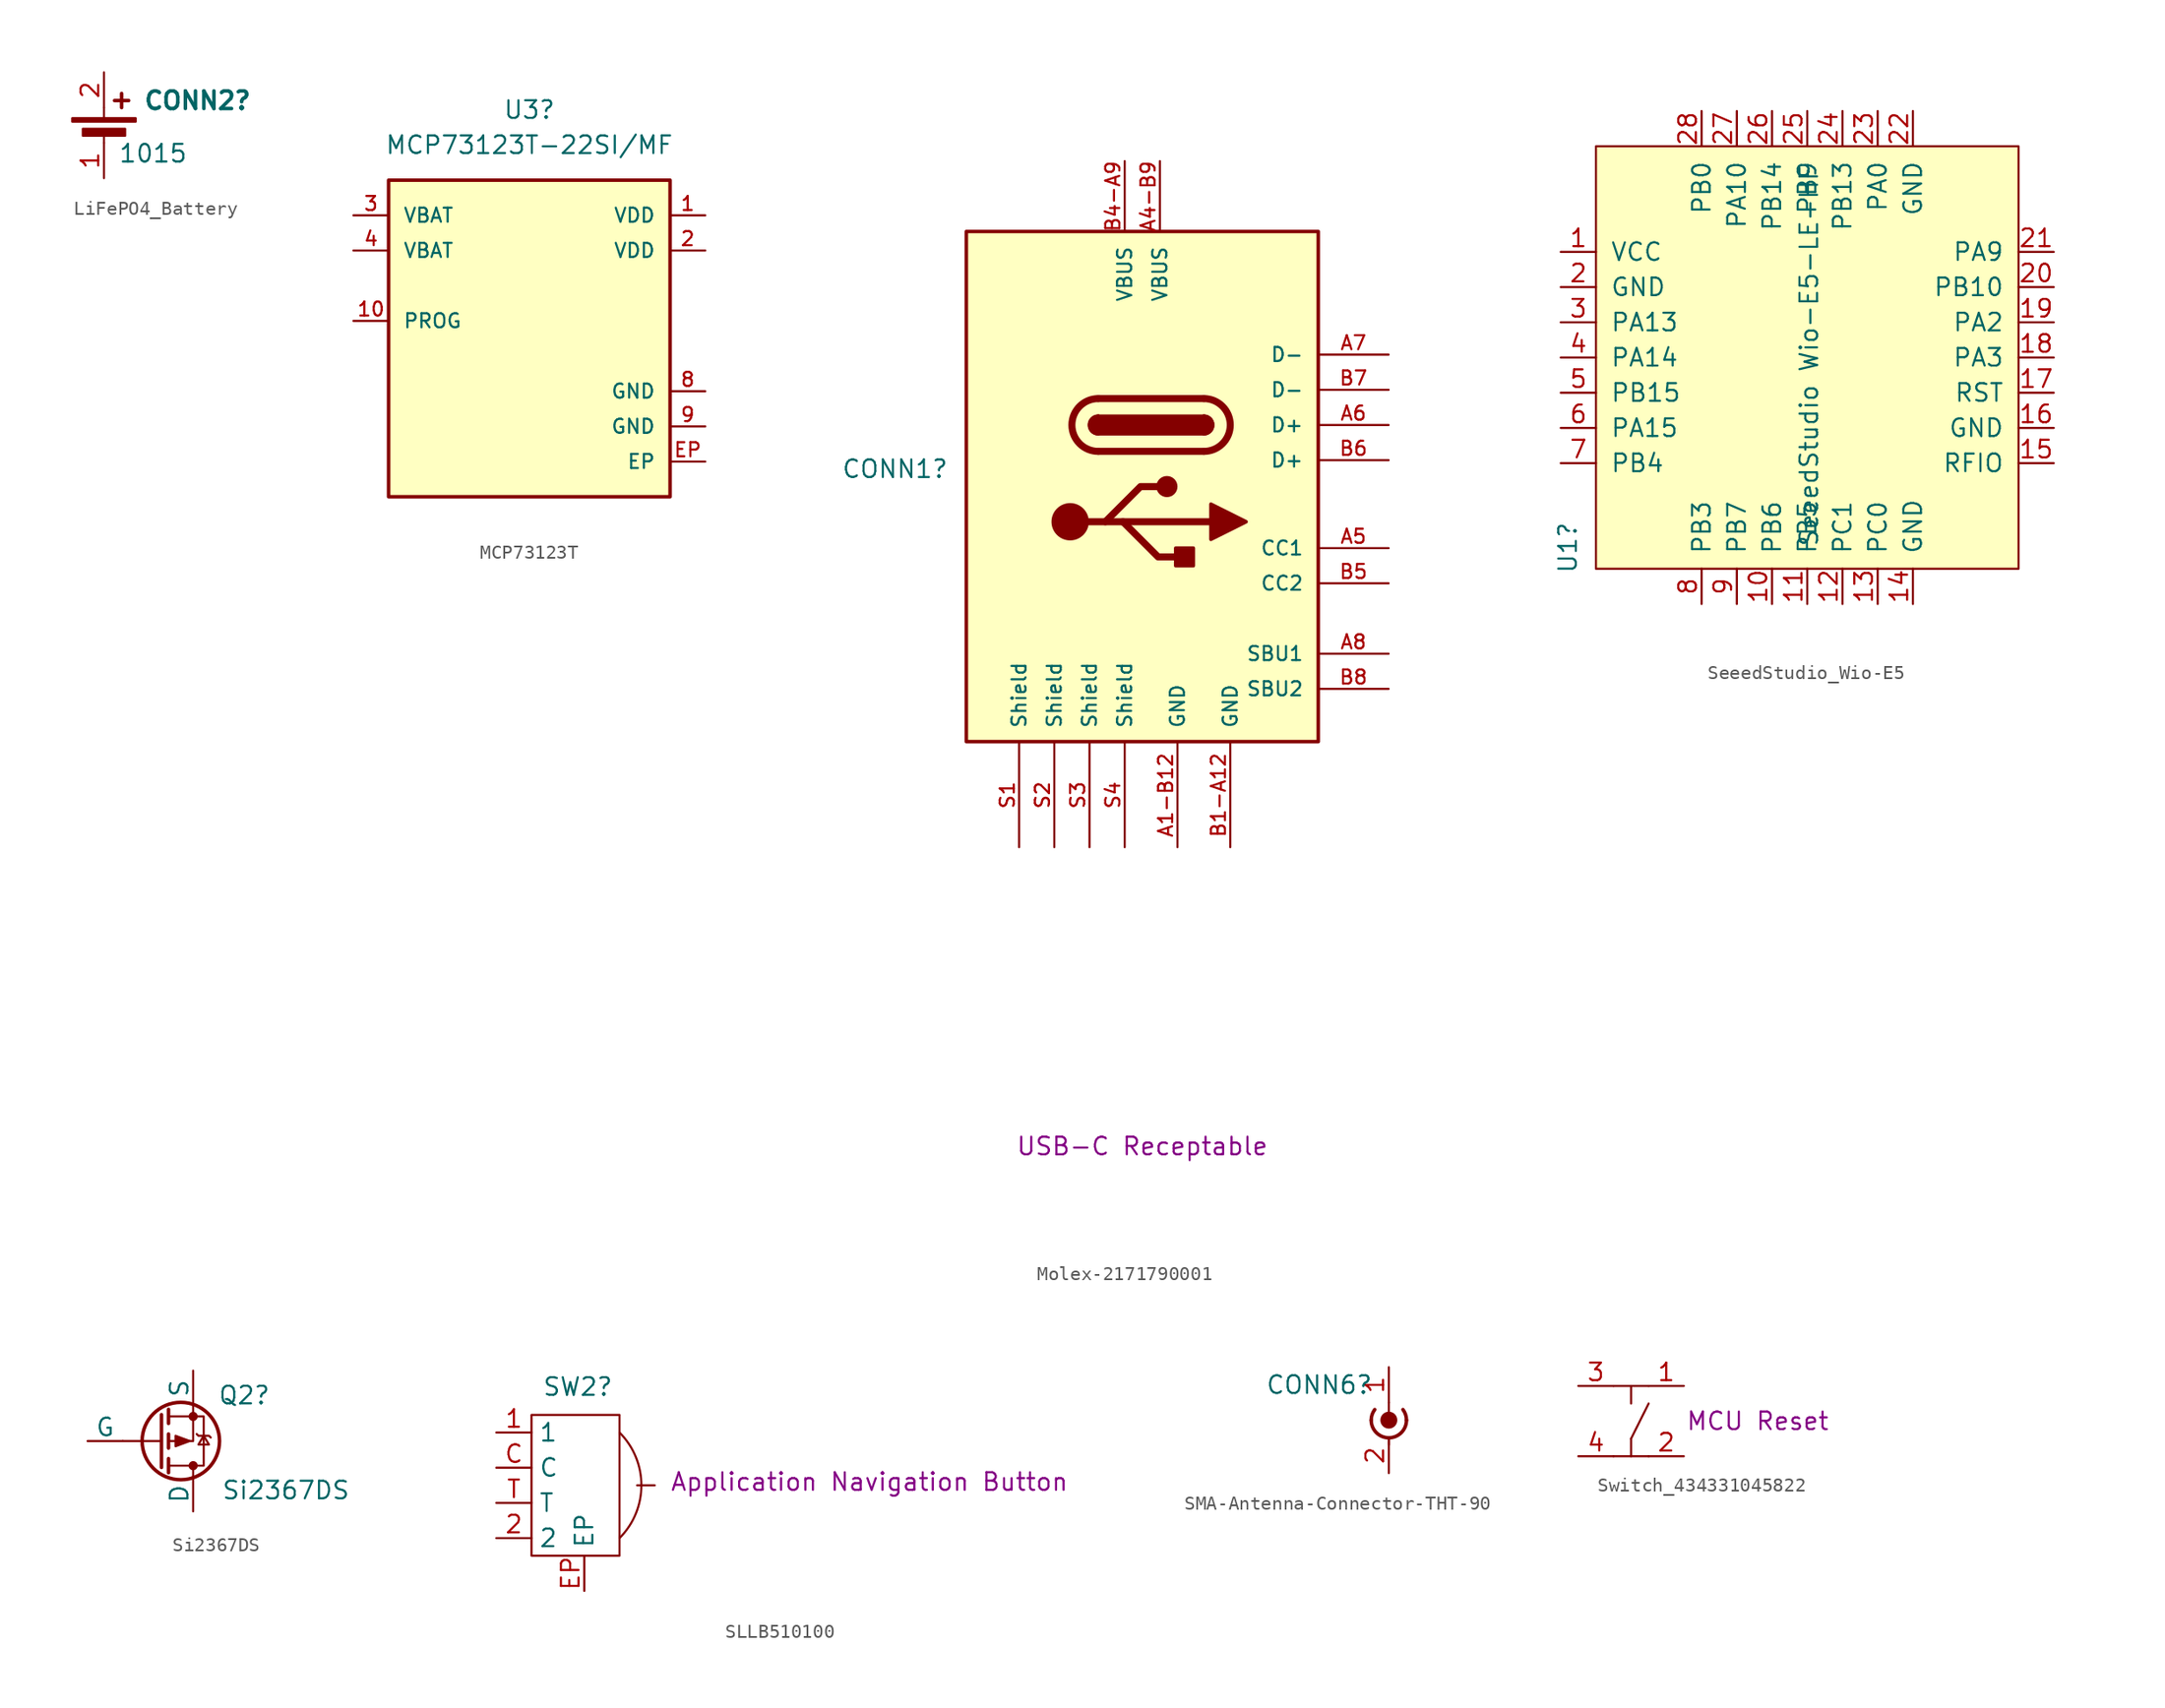
<source format=kicad_sym>
(kicad_symbol_lib
  (version 20231120)
  (generator "kicad_symbol_editor")
  (generator_version "8.0")
  (symbol "LiFePO4_Battery"
    (pin_names
      (offset 0) hide)
    (property "Reference" "CONN2"
      (at 2.794 3.048 0)
      (effects (font (size 1.27 1.27) (bold yes)) (justify left)))
    (property "Value" "1015"
      (at 1.016 -0.762 0)
      (effects (font (size 1.27 1.27)) (justify left)))
    (symbol "LiFePO4_Battery_0_1"
      (rectangle (start -2.286 1.778) (end 2.286 1.524) (stroke (width 0) (type default)) (fill (type outline)))
      (rectangle (start -1.524 1.016) (end 1.524 0.508) (stroke (width 0) (type default)) (fill (type outline)))
      (polyline (pts (xy 0 0.762) (xy 0 0)) (stroke (width 0) (type default)) (fill (type none)))
      (polyline (pts (xy 0 1.778) (xy 0 2.54)) (stroke (width 0) (type default)) (fill (type none)))
      (polyline (pts (xy 0.762 3.048) (xy 1.778 3.048)) (stroke (width 0.254) (type default)) (fill (type none)))
      (polyline (pts (xy 1.27 3.556) (xy 1.27 2.54)) (stroke (width 0.254) (type default)) (fill (type none))))
    (symbol "LiFePO4_Battery_1_1"
      (pin passive line (at 0 -2.54 90) (length 2.54) (name "-" (effects (font (size 1.27 1.27)))) (number "1" (effects (font (size 1.27 1.27)))))
      (pin passive line (at 0 5.08 270) (length 2.54) (name "+" (effects (font (size 1.27 1.27)))) (number "2" (effects (font (size 1.27 1.27)))))))
  (symbol "MCP73123T"
    (pin_names
      (offset 1.016))
    (property "Reference" "U3"
      (at 0 17.78 0)
      (effects (font (size 1.27 1.27))))
    (property "Value" "MCP73123T-22SI/MF"
      (at 0 15.24 0)
      (effects (font (size 1.27 1.27))))
    (symbol "MCP73123T_0_0"
      (rectangle (start -10.16 12.7) (end 10.16 -10.16) (stroke (width 0.254) (type default)) (fill (type background)))
      (pin bidirectional line (at -12.7 2.54 0) (length 2.54) (name "PROG" (effects (font (size 1.016 1.016)))) (number "10" (effects (font (size 1.016 1.016))))))
    (symbol "MCP73123T_1_0"
      (pin power_in line (at 12.7 10.16 180) (length 2.54) (name "VDD" (effects (font (size 1.016 1.016)))) (number "1" (effects (font (size 1.016 1.016)))))
      (pin power_in line (at 12.7 7.62 180) (length 2.54) (name "VDD" (effects (font (size 1.016 1.016)))) (number "2" (effects (font (size 1.016 1.016)))))
      (pin passive line (at -12.7 10.16 0) (length 2.54) (name "VBAT" (effects (font (size 1.016 1.016)))) (number "3" (effects (font (size 1.016 1.016)))))
      (pin passive line (at -12.7 7.62 0) (length 2.54) (name "VBAT" (effects (font (size 1.016 1.016)))) (number "4" (effects (font (size 1.016 1.016)))))
      (pin no_connect line (at -12.7 -2.54 0) (length 2.54) hide (name "NC1" (effects (font (size 1.016 1.016)))) (number "5" (effects (font (size 1.016 1.016)))))
      (pin no_connect line (at -12.7 -5.08 0) (length 2.54) hide (name "NC2" (effects (font (size 1.016 1.016)))) (number "6" (effects (font (size 1.016 1.016)))))
      (pin no_connect line (at 12.7 2.54 180) (length 2.54) hide (name "STAT" (effects (font (size 1.016 1.016)))) (number "7" (effects (font (size 1.016 1.016)))))
      (pin power_in line (at 12.7 -2.54 180) (length 2.54) (name "GND" (effects (font (size 1.016 1.016)))) (number "8" (effects (font (size 1.016 1.016)))))
      (pin power_in line (at 12.7 -5.08 180) (length 2.54) (name "GND" (effects (font (size 1.016 1.016)))) (number "9" (effects (font (size 1.016 1.016)))))
      (pin power_in line (at 12.7 -7.62 180) (length 2.54) (name "EP" (effects (font (size 1.016 1.016)))) (number "EP" (effects (font (size 1.016 1.016)))))))
  (symbol "Molex-2171790001"
    (pin_names
      (offset 1.016))
    (property "Reference" "CONN1"
      (at -11.43 -4.445 0)
      (effects (font (size 1.27 1.27)) (justify right)))
    (property "Description" "USB-C Receptable"
      (at 2.54 -53.34 0)
      (effects (font (size 1.27 1.27))))
    (symbol "Molex-2171790001_0_0"
      (rectangle (start -10.16 12.7) (end 15.24 -24.13) (stroke (width 0.254) (type default)) (fill (type background)))
      (pin power_in line (at 5.08 -31.75 90) (length 7.52) (name "GND" (effects (font (size 1.016 1.016)))) (number "A1-B12" (effects (font (size 1.016 1.016)))))
      (pin bidirectional line (at 20.32 -10.16 180) (length 5.08) (name "CC1" (effects (font (size 1.016 1.016)))) (number "A5" (effects (font (size 1.016 1.016)))))
      (pin bidirectional line (at 20.32 -1.27 180) (length 5.08) (name "D+" (effects (font (size 1.016 1.016)))) (number "A6" (effects (font (size 1.016 1.016)))))
      (pin bidirectional line (at 20.32 3.81 180) (length 5.08) (name "D-" (effects (font (size 1.016 1.016)))) (number "A7" (effects (font (size 1.016 1.016)))))
      (pin bidirectional line (at 20.32 -17.78 180) (length 5.08) (name "SBU1" (effects (font (size 1.016 1.016)))) (number "A8" (effects (font (size 1.016 1.016)))))
      (pin power_in line (at 8.89 -31.75 90) (length 7.52) (name "GND" (effects (font (size 1.016 1.016)))) (number "B1-A12" (effects (font (size 1.016 1.016)))))
      (pin bidirectional line (at 20.32 -12.7 180) (length 5.08) (name "CC2" (effects (font (size 1.016 1.016)))) (number "B5" (effects (font (size 1.016 1.016)))))
      (pin bidirectional line (at 20.32 -3.81 180) (length 5.08) (name "D+" (effects (font (size 1.016 1.016)))) (number "B6" (effects (font (size 1.016 1.016)))))
      (pin bidirectional line (at 20.32 1.27 180) (length 5.08) (name "D-" (effects (font (size 1.016 1.016)))) (number "B7" (effects (font (size 1.016 1.016)))))
      (pin bidirectional line (at 20.32 -20.32 180) (length 5.08) (name "SBU2" (effects (font (size 1.016 1.016)))) (number "B8" (effects (font (size 1.016 1.016))))))
    (symbol "Molex-2171790001_0_1"
      (arc (start -0.635 -0.635) (mid -1.2673 -1.27) (end -0.635 -1.905) (stroke (width 0.254) (type default)) (fill (type none)))
      (arc (start -0.635 -0.635) (mid -1.2673 -1.27) (end -0.635 -1.905) (stroke (width 0.254) (type default)) (fill (type outline)))
      (rectangle (start -0.635 -0.635) (end 6.985 -1.905) (stroke (width 0.254) (type default)) (fill (type outline)))
      (arc (start -0.635 0.635) (mid -2.5317 -1.27) (end -0.635 -3.175) (stroke (width 0.508) (type default)) (fill (type none)))
      (polyline (pts (xy -0.635 0.635) (xy 6.985 0.635)) (stroke (width 0.508) (type default)) (fill (type none)))
      (polyline (pts (xy 6.985 -3.175) (xy -0.635 -3.175)) (stroke (width 0.508) (type default)) (fill (type none)))
      (arc (start 6.985 -3.175) (mid 8.8817 -1.27) (end 6.985 0.635) (stroke (width 0.508) (type default)) (fill (type none)))
      (arc (start 6.985 -1.905) (mid 7.6173 -1.27) (end 6.985 -0.635) (stroke (width 0.254) (type default)) (fill (type none)))
      (arc (start 6.985 -1.905) (mid 7.6173 -1.27) (end 6.985 -0.635) (stroke (width 0.254) (type default)) (fill (type outline))))
    (symbol "Molex-2171790001_1_0"
      (pin power_out line (at 3.81 17.78 270) (length 5.08) (name "VBUS" (effects (font (size 1.016 1.016)))) (number "A4-B9" (effects (font (size 1.016 1.016)))))
      (pin passive line (at 1.27 17.78 270) (length 5.08) (name "VBUS" (effects (font (size 1.016 1.016)))) (number "B4-A9" (effects (font (size 1.016 1.016)))))
      (pin passive line (at -6.35 -31.75 90) (length 7.52) (name "Shield" (effects (font (size 1.016 1.016)))) (number "S1" (effects (font (size 1.016 1.016)))))
      (pin passive line (at -3.81 -31.75 90) (length 7.52) (name "Shield" (effects (font (size 1.016 1.016)))) (number "S2" (effects (font (size 1.016 1.016)))))
      (pin passive line (at -1.27 -31.75 90) (length 7.52) (name "Shield" (effects (font (size 1.016 1.016)))) (number "S3" (effects (font (size 1.016 1.016)))))
      (pin passive line (at 1.27 -31.75 90) (length 7.52) (name "Shield" (effects (font (size 1.016 1.016)))) (number "S4" (effects (font (size 1.016 1.016))))))
    (symbol "Molex-2171790001_1_1"
      (circle (center -2.667 -8.255) (radius 1.27) (stroke (width 0) (type default)) (fill (type outline)))
      (polyline (pts (xy -2.667 -8.255) (xy 7.493 -8.255)) (stroke (width 0.508) (type default)) (fill (type none)))
      (polyline (pts (xy -0.127 -8.255) (xy 2.413 -5.715) (xy 3.683 -5.715)) (stroke (width 0.508) (type default)) (fill (type none)))
      (polyline (pts (xy 1.143 -8.255) (xy 3.683 -10.795) (xy 4.953 -10.795)) (stroke (width 0.508) (type default)) (fill (type none)))
      (polyline (pts (xy 7.493 -6.985) (xy 10.033 -8.255) (xy 7.493 -9.525) (xy 7.493 -6.985)) (stroke (width 0.254) (type default)) (fill (type outline)))
      (circle (center 4.318 -5.715) (radius 0.635) (stroke (width 0.254) (type default)) (fill (type outline)))
      (rectangle (start 4.953 -10.16) (end 6.223 -11.43) (stroke (width 0.254) (type default)) (fill (type outline)))))
  (symbol "SeeedStudio_Wio-E5"
    (pin_names
      (offset 1.016))
    (property "Reference" "U1"
      (at -17.272 -13.716 90)
      (effects (font (size 1.27 1.27))))
    (property "Value" "SeeedStudio Wio-E5-LE-HF"
      (at 0.127 0.127 90)
      (effects (font (size 1.27 1.27))))
    (symbol "SeeedStudio_Wio-E5_0_1"
      (rectangle (start -15.24 15.24) (end 15.24 -15.24) (stroke (width 0) (type default)) (fill (type background))))
    (symbol "SeeedStudio_Wio-E5_1_1"
      (pin input line (at -17.78 7.62 0) (length 2.54) (name "VCC" (effects (font (size 1.27 1.27)))) (number "1" (effects (font (size 1.27 1.27)))))
      (pin output line (at -2.54 -17.78 90) (length 2.54) (name "PB6" (effects (font (size 1.27 1.27)))) (number "10" (effects (font (size 1.27 1.27)))))
      (pin output line (at 0 -17.78 90) (length 2.54) (name "PB5" (effects (font (size 1.27 1.27)))) (number "11" (effects (font (size 1.27 1.27)))))
      (pin input line (at 2.54 -17.78 90) (length 2.54) (name "PC1" (effects (font (size 1.27 1.27)))) (number "12" (effects (font (size 1.27 1.27)))))
      (pin input line (at 5.08 -17.78 90) (length 2.54) (name "PC0" (effects (font (size 1.27 1.27)))) (number "13" (effects (font (size 1.27 1.27)))))
      (pin input line (at 7.62 -17.78 90) (length 2.54) (name "GND" (effects (font (size 1.27 1.27)))) (number "14" (effects (font (size 1.27 1.27)))))
      (pin passive line (at 17.78 -7.62 180) (length 2.54) (name "RFIO" (effects (font (size 1.27 1.27)))) (number "15" (effects (font (size 1.27 1.27)))))
      (pin input line (at 17.78 -5.08 180) (length 2.54) (name "GND" (effects (font (size 1.27 1.27)))) (number "16" (effects (font (size 1.27 1.27)))))
      (pin input line (at 17.78 -2.54 180) (length 2.54) (name "RST" (effects (font (size 1.27 1.27)))) (number "17" (effects (font (size 1.27 1.27)))))
      (pin input line (at 17.78 0 180) (length 2.54) (name "PA3" (effects (font (size 1.27 1.27)))) (number "18" (effects (font (size 1.27 1.27)))))
      (pin output line (at 17.78 2.54 180) (length 2.54) (name "PA2" (effects (font (size 1.27 1.27)))) (number "19" (effects (font (size 1.27 1.27)))))
      (pin input line (at -17.78 5.08 0) (length 2.54) (name "GND" (effects (font (size 1.27 1.27)))) (number "2" (effects (font (size 1.27 1.27)))))
      (pin input line (at 17.78 5.08 180) (length 2.54) (name "PB10" (effects (font (size 1.27 1.27)))) (number "20" (effects (font (size 1.27 1.27)))))
      (pin input line (at 17.78 7.62 180) (length 2.54) (name "PA9" (effects (font (size 1.27 1.27)))) (number "21" (effects (font (size 1.27 1.27)))))
      (pin input line (at 7.62 17.78 270) (length 2.54) (name "GND" (effects (font (size 1.27 1.27)))) (number "22" (effects (font (size 1.27 1.27)))))
      (pin input line (at 5.08 17.78 270) (length 2.54) (name "PA0" (effects (font (size 1.27 1.27)))) (number "23" (effects (font (size 1.27 1.27)))))
      (pin input line (at 2.54 17.78 270) (length 2.54) (name "PB13~{}" (effects (font (size 1.27 1.27)))) (number "24" (effects (font (size 1.27 1.27)))))
      (pin output line (at 0 17.78 270) (length 2.54) (name "PB9" (effects (font (size 1.27 1.27)))) (number "25" (effects (font (size 1.27 1.27)))))
      (pin output line (at -2.54 17.78 270) (length 2.54) (name "PB14" (effects (font (size 1.27 1.27)))) (number "26" (effects (font (size 1.27 1.27)))))
      (pin input line (at -5.08 17.78 270) (length 2.54) (name "PA10" (effects (font (size 1.27 1.27)))) (number "27" (effects (font (size 1.27 1.27)))))
      (pin output line (at -7.62 17.78 270) (length 2.54) (name "PB0" (effects (font (size 1.27 1.27)))) (number "28" (effects (font (size 1.27 1.27)))))
      (pin input line (at -17.78 2.54 0) (length 2.54) (name "PA13" (effects (font (size 1.27 1.27)))) (number "3" (effects (font (size 1.27 1.27)))))
      (pin input line (at -17.78 0 0) (length 2.54) (name "PA14" (effects (font (size 1.27 1.27)))) (number "4" (effects (font (size 1.27 1.27)))))
      (pin input line (at -17.78 -2.54 0) (length 2.54) (name "PB15" (effects (font (size 1.27 1.27)))) (number "5" (effects (font (size 1.27 1.27)))))
      (pin input line (at -17.78 -5.08 0) (length 2.54) (name "PA15" (effects (font (size 1.27 1.27)))) (number "6" (effects (font (size 1.27 1.27)))))
      (pin input line (at -17.78 -7.62 0) (length 2.54) (name "PB4" (effects (font (size 1.27 1.27)))) (number "7" (effects (font (size 1.27 1.27)))))
      (pin input line (at -7.62 -17.78 90) (length 2.54) (name "PB3" (effects (font (size 1.27 1.27)))) (number "8" (effects (font (size 1.27 1.27)))))
      (pin input line (at -5.08 -17.78 90) (length 2.54) (name "PB7" (effects (font (size 1.27 1.27)))) (number "9" (effects (font (size 1.27 1.27)))))))
  (symbol "Si2367DS"
    (pin_numbers hide)
    (pin_names
      (offset 0))
    (property "Reference" "Q2"
      (at 4.318 3.302 0)
      (effects (font (size 1.27 1.27)) (justify left)))
    (property "Value" "Si2367DS"
      (at 4.572 -3.556 0)
      (effects (font (size 1.27 1.27)) (justify left)))
    (symbol "Si2367DS_0_1"
      (polyline (pts (xy 0.254 -1.905) (xy 0.254 1.905)) (stroke (width 0.254) (type default)) (fill (type none)))
      (polyline (pts (xy 0.254 0) (xy -2.54 0)) (stroke (width 0) (type default)) (fill (type none)))
      (polyline (pts (xy 0.762 -2.286) (xy 0.762 -1.27)) (stroke (width 0.254) (type default)) (fill (type none)))
      (polyline (pts (xy 0.762 -0.508) (xy 0.762 0.508)) (stroke (width 0.254) (type default)) (fill (type none)))
      (polyline (pts (xy 0.762 1.27) (xy 0.762 2.286)) (stroke (width 0.254) (type default)) (fill (type none)))
      (polyline (pts (xy 2.54 -2.54) (xy 2.54 -1.778)) (stroke (width 0) (type default)) (fill (type none)))
      (polyline (pts (xy 2.54 2.54) (xy 2.54 0) (xy 0.762 0)) (stroke (width 0) (type default)) (fill (type none)))
      (polyline (pts (xy 0.762 -1.778) (xy 3.302 -1.778) (xy 3.302 1.778) (xy 0.762 1.778)) (stroke (width 0) (type default)) (fill (type none)))
      (polyline (pts (xy 2.286 0) (xy 1.27 -0.381) (xy 1.27 0.381) (xy 2.286 0)) (stroke (width 0) (type default)) (fill (type outline)))
      (polyline (pts (xy 2.794 0.508) (xy 2.921 0.381) (xy 3.683 0.381) (xy 3.81 0.254)) (stroke (width 0) (type default)) (fill (type none)))
      (polyline (pts (xy 3.302 0.381) (xy 2.921 -0.254) (xy 3.683 -0.254) (xy 3.302 0.381)) (stroke (width 0) (type default)) (fill (type none)))
      (circle (center 1.651 0) (radius 2.794) (stroke (width 0.254) (type default)) (fill (type none)))
      (circle (center 2.54 -1.778) (radius 0.254) (stroke (width 0) (type default)) (fill (type outline)))
      (circle (center 2.54 1.778) (radius 0.254) (stroke (width 0) (type default)) (fill (type outline))))
    (symbol "Si2367DS_1_1"
      (pin input line (at -5.08 0 0) (length 2.54) (name "G" (effects (font (size 1.27 1.27)))) (number "1" (effects (font (size 1.27 1.27)))))
      (pin passive line (at 2.54 5.08 270) (length 2.54) (name "S" (effects (font (size 1.27 1.27)))) (number "2" (effects (font (size 1.27 1.27)))))
      (pin passive line (at 2.54 -5.08 90) (length 2.54) (name "D" (effects (font (size 1.27 1.27)))) (number "3" (effects (font (size 1.27 1.27)))))))
  (symbol "SLLB510100"
    (property "Reference" "SW2"
      (at 0.762 0.762 0)
      (effects (font (size 1.27 1.27)) (justify left)))
    (property "Description" "Application Navigation Button"
      (at 24.384 -6.096 0)
      (effects (font (size 1.27 1.27))))
    (symbol "SLLB510100_0_1"
      (rectangle (start 0 -1.27) (end 6.35 -11.43) (stroke (width 0) (type default)) (fill (type none)))
      (polyline (pts (xy 7.62 -6.35) (xy 8.89 -6.35)) (stroke (width 0) (type default)) (fill (type none)))
      (arc (start 6.35 -10.16) (mid 7.9282 -6.35) (end 6.35 -2.54) (stroke (width 0) (type default)) (fill (type none))))
    (symbol "SLLB510100_1_1"
      (pin input line (at -2.54 -2.54 0) (length 2.54) (name "1" (effects (font (size 1.27 1.27)))) (number "1" (effects (font (size 1.27 1.27)))))
      (pin input line (at -2.54 -10.16 0) (length 2.54) (name "2" (effects (font (size 1.27 1.27)))) (number "2" (effects (font (size 1.27 1.27)))))
      (pin input line (at -2.54 -5.08 0) (length 2.54) (name "C" (effects (font (size 1.27 1.27)))) (number "C" (effects (font (size 1.27 1.27)))))
      (pin passive line (at 3.81 -13.97 90) (length 2.54) (name "EP" (effects (font (size 1.27 1.27)))) (number "EP" (effects (font (size 1.27 1.27)))))
      (pin input line (at -2.54 -7.62 0) (length 2.54) (name "T" (effects (font (size 1.27 1.27)))) (number "T" (effects (font (size 1.27 1.27)))))))
  (symbol "SMA-Antenna-Connector-THT-90"
    (pin_names
      (offset 1.016) hide)
    (property "Reference" "CONN6"
      (at -8.89 1.27 0)
      (effects (font (size 1.27 1.27)) (justify left)))
    (symbol "SMA-Antenna-Connector-THT-90_0_1"
      (arc (start -1.27 -1.27) (mid 0 -2.5345) (end 1.27 -1.27) (stroke (width 0.254) (type default)) (fill (type none)))
      (arc (start -1.016 -0.508) (mid -1.2048 -0.8684) (end -1.27 -1.27) (stroke (width 0.254) (type default)) (fill (type none)))
      (circle (center 0 -1.27) (radius 0.508) (stroke (width 0.203) (type default)) (fill (type outline)))
      (polyline (pts (xy 0 -2.54) (xy 0 -3.048)) (stroke (width 0) (type default)) (fill (type none)))
      (polyline (pts (xy 0 0) (xy 0 -1.27)) (stroke (width 0) (type default)) (fill (type none)))
      (arc (start 1.27 -1.27) (mid 1.2048 -0.8684) (end 1.016 -0.508) (stroke (width 0.254) (type default)) (fill (type none))))
    (symbol "SMA-Antenna-Connector-THT-90_1_1"
      (pin passive line (at 0 2.54 270) (length 2.54) (name "In" (effects (font (size 1.27 1.27)))) (number "1" (effects (font (size 1.27 1.27)))))
      (pin passive line (at 0 -5.08 90) (length 2.54) (name "Ext" (effects (font (size 1.27 1.27)))) (number "2" (effects (font (size 1.27 1.27)))))))
  (symbol "Switch_434331045822"
    (pin_names
      (offset 1.016) hide)
    (property "Reference" "SW1"
      (at 0 6.35 0)
      (effects (font (size 1.27 1.27)) (justify left) (hide yes)))
    (property "Description" "MCU Reset"
      (at 9.144 0 0)
      (effects (font (size 1.27 1.27))))
    (symbol "Switch_434331045822_0_1"
      (polyline (pts (xy 0 -1.27) (xy 0 -2.54)) (stroke (width 0) (type default)) (fill (type none)))
      (polyline (pts (xy 0 2.54) (xy 0 1.27)) (stroke (width 0) (type default)) (fill (type none)))
      (polyline (pts (xy 1.27 -2.54) (xy -1.27 -2.54)) (stroke (width 0) (type default)) (fill (type none)))
      (polyline (pts (xy 1.27 1.27) (xy 0 -1.27)) (stroke (width 0) (type default)) (fill (type none)))
      (polyline (pts (xy 1.27 2.54) (xy -1.27 2.54)) (stroke (width 0) (type default)) (fill (type none))))
    (symbol "Switch_434331045822_1_1"
      (pin passive line (at 3.81 2.54 180) (length 2.54) (name "1" (effects (font (size 1.27 1.27)))) (number "1" (effects (font (size 1.27 1.27)))))
      (pin passive line (at 3.81 -2.54 180) (length 2.54) (name "2" (effects (font (size 1.27 1.27)))) (number "2" (effects (font (size 1.27 1.27)))))
      (pin passive line (at -3.81 2.54 0) (length 2.54) (name "3" (effects (font (size 1.27 1.27)))) (number "3" (effects (font (size 1.27 1.27)))))
      (pin passive line (at -3.81 -2.54 0) (length 2.54) (name "4" (effects (font (size 1.27 1.27)))) (number "4" (effects (font (size 1.27 1.27))))))))
</source>
